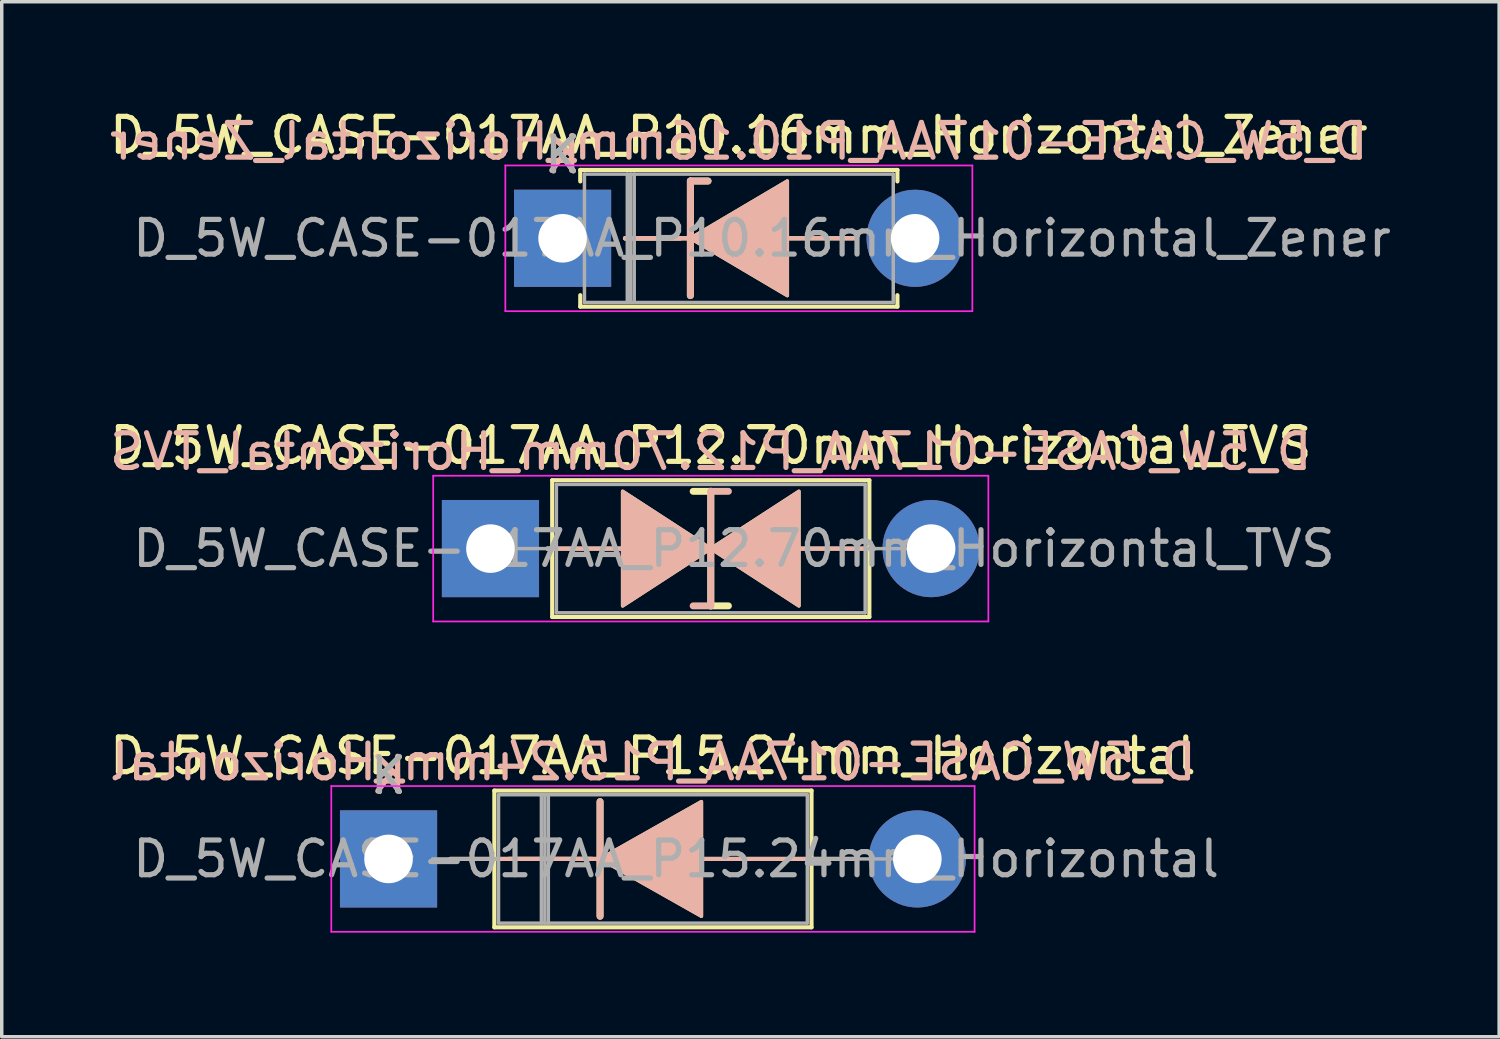
<source format=kicad_pcb>
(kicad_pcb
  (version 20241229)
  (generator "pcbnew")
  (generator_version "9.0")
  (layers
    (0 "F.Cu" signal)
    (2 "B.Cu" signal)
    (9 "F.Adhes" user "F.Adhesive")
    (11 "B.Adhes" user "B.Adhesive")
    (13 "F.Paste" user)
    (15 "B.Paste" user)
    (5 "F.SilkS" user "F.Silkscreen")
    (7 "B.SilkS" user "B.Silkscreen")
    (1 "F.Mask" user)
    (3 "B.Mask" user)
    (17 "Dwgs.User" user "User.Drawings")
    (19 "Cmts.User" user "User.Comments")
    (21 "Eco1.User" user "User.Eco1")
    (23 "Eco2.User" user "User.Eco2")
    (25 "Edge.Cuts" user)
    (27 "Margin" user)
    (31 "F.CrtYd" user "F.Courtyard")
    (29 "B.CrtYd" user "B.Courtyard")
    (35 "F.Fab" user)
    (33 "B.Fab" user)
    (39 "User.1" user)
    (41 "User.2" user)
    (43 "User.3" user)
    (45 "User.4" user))
  (footprint "D_5W_CASE-017AA_P10.16mm_Horizontal_Zener"
    (layer "F.Cu")
    (at 13.164 3.818)
    (property "Reference" "D_5W_CASE-017AA_P10.16mm_Horizontal_Zener" (at 5.08 -2.97 0) (layer "F.SilkS") (effects (font (size 1 1) (thickness 0.15))))
    (fp_line (start 0.51 -1.97) (end 9.65 -1.97) (stroke (width 0.12) (type solid)) (layer "F.SilkS"))
    (fp_line (start 0.51 -1.64) (end 0.51 -1.97) (stroke (width 0.12) (type solid)) (layer "F.SilkS"))
    (fp_line (start 0.51 1.64) (end 0.51 1.97) (stroke (width 0.12) (type solid)) (layer "F.SilkS"))
    (fp_line (start 0.51 1.97) (end 9.65 1.97) (stroke (width 0.12) (type solid)) (layer "F.SilkS"))
    (fp_line (start 1.8 0) (end 3.4 0) (stroke (width 0.12) (type solid)) (layer "F.SilkS"))
    (fp_line (start 3.683 -1.651) (end 3.683 1.651) (stroke (width 0.2) (type solid)) (layer "F.SilkS"))
    (fp_line (start 3.683 -1.651) (end 4.191 -1.651) (stroke (width 0.2) (type solid)) (layer "F.SilkS"))
    (fp_line (start 3.683 0) (end 1.8 0) (stroke (width 0.12) (type solid)) (layer "F.SilkS"))
    (fp_line (start 8.4 0) (end 6.35 0) (stroke (width 0.12) (type solid)) (layer "F.SilkS"))
    (fp_line (start 9.65 -1.97) (end 9.65 -1.64) (stroke (width 0.12) (type solid)) (layer "F.SilkS"))
    (fp_line (start 9.65 1.97) (end 9.65 1.64) (stroke (width 0.12) (type solid)) (layer "F.SilkS"))
    (fp_poly (pts (xy 6.477 1.651) (xy 3.683 0) (xy 6.477 -1.651)) (stroke (width 0.1) (type solid)) (fill yes) (layer "F.SilkS"))
    (fp_line (start 1.8 0) (end 3.4 0) (stroke (width 0.12) (type solid)) (layer "B.SilkS"))
    (fp_line (start 3.683 -1.651) (end 4.191 -1.651) (stroke (width 0.2) (type solid)) (layer "B.SilkS"))
    (fp_line (start 3.683 0) (end 1.8 0) (stroke (width 0.12) (type solid)) (layer "B.SilkS"))
    (fp_line (start 3.683 1.651) (end 3.683 -1.651) (stroke (width 0.2) (type solid)) (layer "B.SilkS"))
    (fp_line (start 8.4 0) (end 6.35 0) (stroke (width 0.12) (type solid)) (layer "B.SilkS"))
    (fp_poly (pts (xy 6.477 -1.651) (xy 3.683 0) (xy 6.477 1.651)) (stroke (width 0.1) (type solid)) (fill yes) (layer "B.SilkS"))
    (fp_line (start -1.65 -2.1) (end -1.65 2.1) (stroke (width 0.05) (type solid)) (layer "F.CrtYd"))
    (fp_line (start -1.65 2.1) (end 11.81 2.1) (stroke (width 0.05) (type solid)) (layer "F.CrtYd"))
    (fp_line (start 11.81 -2.1) (end -1.65 -2.1) (stroke (width 0.05) (type solid)) (layer "F.CrtYd"))
    (fp_line (start 11.81 2.1) (end 11.81 -2.1) (stroke (width 0.05) (type solid)) (layer "F.CrtYd"))
    (fp_line (start 0 0) (end 0.63 0) (stroke (width 0.1) (type solid)) (layer "F.Fab"))
    (fp_line (start 0.63 -1.85) (end 0.63 1.85) (stroke (width 0.1) (type solid)) (layer "F.Fab"))
    (fp_line (start 0.63 1.85) (end 9.53 1.85) (stroke (width 0.1) (type solid)) (layer "F.Fab"))
    (fp_line (start 1.865 -1.85) (end 1.865 1.85) (stroke (width 0.1) (type solid)) (layer "F.Fab"))
    (fp_line (start 1.965 -1.85) (end 1.965 1.85) (stroke (width 0.1) (type solid)) (layer "F.Fab"))
    (fp_line (start 2.065 -1.85) (end 2.065 1.85) (stroke (width 0.1) (type solid)) (layer "F.Fab"))
    (fp_line (start 9.53 -1.85) (end 0.63 -1.85) (stroke (width 0.1) (type solid)) (layer "F.Fab"))
    (fp_line (start 9.53 1.85) (end 9.53 -1.85) (stroke (width 0.1) (type solid)) (layer "F.Fab"))
    (fp_line (start 10.16 0) (end 9.53 0) (stroke (width 0.1) (type solid)) (layer "F.Fab"))
    (fp_text user "K" (at 0 -2.4 0) (layer "F.SilkS") (effects (font (size 1 1) (thickness 0.15))))
    (fp_text user "${REFERENCE}" (at 5.08 -2.794 0) (layer "B.SilkS") (effects (font (size 1 1) (thickness 0.15)) (justify mirror)))
    (fp_text user "K" (at 0 -2.413 0) (layer "B.SilkS") (effects (font (size 1 1) (thickness 0.15)) (justify mirror)))
    (fp_text user "K" (at 0 -2.4 0) (layer "F.Fab") (effects (font (size 1 1) (thickness 0.15))))
    (fp_text user "${REFERENCE}" (at 5.747 0 0) (layer "F.Fab") (effects (font (size 1 1) (thickness 0.15))))
    (pad "1" thru_hole rect (at 0 0) (size 2.8 2.8) (drill 1.4) (layers "*.Cu" "*.Mask"))
    (pad "2" thru_hole oval (at 10.16 0) (size 2.8 2.8) (drill 1.4) (layers "*.Cu" "*.Mask")))
  (footprint "D_5W_CASE-017AA_P12.70mm_Horizontal_TVS"
    (layer "F.Cu")
    (at 11.085 12.761)
    (property "Reference" "D_5W_CASE-017AA_P12.70mm_Horizontal_TVS" (at 6.35 -2.97 0) (layer "F.SilkS") (effects (font (size 1 1) (thickness 0.15))))
    (fp_line (start 1.64 0) (end 1.78 0) (stroke (width 0.12) (type solid)) (layer "F.SilkS"))
    (fp_line (start 1.778 0) (end 3.81 0) (stroke (width 0.12) (type solid)) (layer "F.SilkS"))
    (fp_line (start 1.78 -1.97) (end 1.78 1.97) (stroke (width 0.12) (type solid)) (layer "F.SilkS"))
    (fp_line (start 1.78 1.97) (end 10.92 1.97) (stroke (width 0.12) (type solid)) (layer "F.SilkS"))
    (fp_line (start 6.35 -1.651) (end 5.842 -1.651) (stroke (width 0.2) (type solid)) (layer "F.SilkS"))
    (fp_line (start 6.35 1.651) (end 6.35 -1.651) (stroke (width 0.2) (type solid)) (layer "F.SilkS"))
    (fp_line (start 6.858 1.651) (end 6.35 1.651) (stroke (width 0.2) (type solid)) (layer "F.SilkS"))
    (fp_line (start 10.92 -1.97) (end 1.78 -1.97) (stroke (width 0.12) (type solid)) (layer "F.SilkS"))
    (fp_line (start 10.92 0) (end 8.89 0) (stroke (width 0.12) (type solid)) (layer "F.SilkS"))
    (fp_line (start 10.92 1.97) (end 10.92 -1.97) (stroke (width 0.12) (type solid)) (layer "F.SilkS"))
    (fp_line (start 11.06 0) (end 10.92 0) (stroke (width 0.12) (type solid)) (layer "F.SilkS"))
    (fp_poly (pts (xy 6.35 0) (xy 3.81 1.651) (xy 3.81 -1.651)) (stroke (width 0.1) (type solid)) (fill yes) (layer "F.SilkS"))
    (fp_poly (pts (xy 6.35 0) (xy 8.89 -1.651) (xy 8.89 1.651)) (stroke (width 0.1) (type solid)) (fill yes) (layer "F.SilkS"))
    (fp_line (start 1.64 0) (end 1.78 0) (stroke (width 0.12) (type solid)) (layer "B.SilkS"))
    (fp_line (start 1.778 0) (end 3.81 0) (stroke (width 0.12) (type solid)) (layer "B.SilkS"))
    (fp_line (start 6.35 -1.651) (end 6.35 1.651) (stroke (width 0.2) (type solid)) (layer "B.SilkS"))
    (fp_line (start 6.35 1.651) (end 5.842 1.651) (stroke (width 0.2) (type solid)) (layer "B.SilkS"))
    (fp_line (start 6.858 -1.651) (end 6.35 -1.651) (stroke (width 0.2) (type solid)) (layer "B.SilkS"))
    (fp_line (start 10.92 0) (end 8.89 0) (stroke (width 0.12) (type solid)) (layer "B.SilkS"))
    (fp_line (start 11.06 0) (end 10.92 0) (stroke (width 0.12) (type solid)) (layer "B.SilkS"))
    (fp_poly (pts (xy 6.35 0) (xy 3.81 -1.651) (xy 3.81 1.651)) (stroke (width 0.1) (type solid)) (fill yes) (layer "B.SilkS"))
    (fp_poly (pts (xy 6.35 0) (xy 8.89 1.651) (xy 8.89 -1.651)) (stroke (width 0.1) (type solid)) (fill yes) (layer "B.SilkS"))
    (fp_line (start -1.65 -2.1) (end -1.65 2.1) (stroke (width 0.05) (type solid)) (layer "F.CrtYd"))
    (fp_line (start -1.65 2.1) (end 14.35 2.1) (stroke (width 0.05) (type solid)) (layer "F.CrtYd"))
    (fp_line (start 14.35 -2.1) (end -1.65 -2.1) (stroke (width 0.05) (type solid)) (layer "F.CrtYd"))
    (fp_line (start 14.35 2.1) (end 14.35 -2.1) (stroke (width 0.05) (type solid)) (layer "F.CrtYd"))
    (fp_line (start 0 0) (end 1.9 0) (stroke (width 0.1) (type solid)) (layer "F.Fab"))
    (fp_line (start 1.9 -1.85) (end 1.9 1.85) (stroke (width 0.1) (type solid)) (layer "F.Fab"))
    (fp_line (start 1.9 1.85) (end 10.8 1.85) (stroke (width 0.1) (type solid)) (layer "F.Fab"))
    (fp_line (start 10.8 -1.85) (end 1.9 -1.85) (stroke (width 0.1) (type solid)) (layer "F.Fab"))
    (fp_line (start 10.8 1.85) (end 10.8 -1.85) (stroke (width 0.1) (type solid)) (layer "F.Fab"))
    (fp_line (start 12.7 0) (end 10.8 0) (stroke (width 0.1) (type solid)) (layer "F.Fab"))
    (fp_text user "${REFERENCE}" (at 6.35 -2.794 0) (layer "B.SilkS") (effects (font (size 1 1) (thickness 0.15)) (justify mirror)))
    (fp_text user "${REFERENCE}" (at 7.018 0 0) (layer "F.Fab") (effects (font (size 1 1) (thickness 0.15))))
    (pad "1" thru_hole rect (at 0 0) (size 2.8 2.8) (drill 1.4) (layers "*.Cu" "*.Mask"))
    (pad "2" thru_hole oval (at 12.7 0) (size 2.8 2.8) (drill 1.4) (layers "*.Cu" "*.Mask")))
  (footprint "D_5W_CASE-017AA_P15.24mm_Horizontal"
    (layer "F.Cu")
    (at 8.148 21.705)
    (property "Reference" "D_5W_CASE-017AA_P15.24mm_Horizontal" (at 7.62 -2.97 0) (layer "F.SilkS") (effects (font (size 1 1) (thickness 0.15))))
    (fp_line (start 1.778 0) (end 6.096 0) (stroke (width 0.12) (type solid)) (layer "F.SilkS"))
    (fp_line (start 3.05 -1.97) (end 3.05 1.97) (stroke (width 0.12) (type solid)) (layer "F.SilkS"))
    (fp_line (start 3.05 1.97) (end 12.19 1.97) (stroke (width 0.12) (type solid)) (layer "F.SilkS"))
    (fp_line (start 5.87 0) (end 3.47 0) (stroke (width 0.12) (type solid)) (layer "F.SilkS"))
    (fp_line (start 6.096 -1.651) (end 6.096 1.651) (stroke (width 0.2) (type solid)) (layer "F.SilkS"))
    (fp_line (start 12.19 -1.97) (end 3.05 -1.97) (stroke (width 0.12) (type solid)) (layer "F.SilkS"))
    (fp_line (start 12.19 1.97) (end 12.19 -1.97) (stroke (width 0.12) (type solid)) (layer "F.SilkS"))
    (fp_line (start 13.462 0) (end 8.89 0) (stroke (width 0.12) (type solid)) (layer "F.SilkS"))
    (fp_poly (pts (xy 9.017 1.651) (xy 6.096 0) (xy 9.017 -1.651)) (stroke (width 0.1) (type solid)) (fill yes) (layer "F.SilkS"))
    (fp_line (start 1.778 0) (end 6.096 0) (stroke (width 0.12) (type solid)) (layer "B.SilkS"))
    (fp_line (start 5.87 0) (end 3.47 0) (stroke (width 0.12) (type solid)) (layer "B.SilkS"))
    (fp_line (start 6.096 1.651) (end 6.096 -1.651) (stroke (width 0.2) (type solid)) (layer "B.SilkS"))
    (fp_line (start 13.462 0) (end 8.89 0) (stroke (width 0.12) (type solid)) (layer "B.SilkS"))
    (fp_poly (pts (xy 9.017 -1.651) (xy 6.096 0) (xy 9.017 1.651)) (stroke (width 0.1) (type solid)) (fill yes) (layer "B.SilkS"))
    (fp_line (start -1.65 -2.1) (end -1.65 2.1) (stroke (width 0.05) (type solid)) (layer "F.CrtYd"))
    (fp_line (start -1.65 2.1) (end 16.89 2.1) (stroke (width 0.05) (type solid)) (layer "F.CrtYd"))
    (fp_line (start 16.89 -2.1) (end -1.65 -2.1) (stroke (width 0.05) (type solid)) (layer "F.CrtYd"))
    (fp_line (start 16.89 2.1) (end 16.89 -2.1) (stroke (width 0.05) (type solid)) (layer "F.CrtYd"))
    (fp_line (start 1.27 0) (end 3.17 0) (stroke (width 0.1) (type solid)) (layer "F.Fab"))
    (fp_line (start 3.17 -1.85) (end 3.17 1.85) (stroke (width 0.1) (type solid)) (layer "F.Fab"))
    (fp_line (start 3.17 1.85) (end 12.07 1.85) (stroke (width 0.1) (type solid)) (layer "F.Fab"))
    (fp_line (start 4.405 -1.85) (end 4.405 1.85) (stroke (width 0.1) (type solid)) (layer "F.Fab"))
    (fp_line (start 4.505 -1.85) (end 4.505 1.85) (stroke (width 0.1) (type solid)) (layer "F.Fab"))
    (fp_line (start 4.605 -1.85) (end 4.605 1.85) (stroke (width 0.1) (type solid)) (layer "F.Fab"))
    (fp_line (start 12.07 -1.85) (end 3.17 -1.85) (stroke (width 0.1) (type solid)) (layer "F.Fab"))
    (fp_line (start 12.07 1.85) (end 12.07 -1.85) (stroke (width 0.1) (type solid)) (layer "F.Fab"))
    (fp_line (start 15.24 0) (end 12.07 0) (stroke (width 0.1) (type solid)) (layer "F.Fab"))
    (fp_text user "K" (at 0 -2.4 0) (layer "F.SilkS") (effects (font (size 1 1) (thickness 0.15))))
    (fp_text user "K" (at 0 -2.413 0) (layer "B.SilkS") (effects (font (size 1 1) (thickness 0.15)) (justify mirror)))
    (fp_text user "${REFERENCE}" (at 7.62 -2.794 0) (layer "B.SilkS") (effects (font (size 1 1) (thickness 0.15)) (justify mirror)))
    (fp_text user "K" (at 0 -2.4 0) (layer "F.Fab") (effects (font (size 1 1) (thickness 0.15))))
    (fp_text user "${REFERENCE}" (at 8.287 0 0) (layer "F.Fab") (effects (font (size 1 1) (thickness 0.15))))
    (pad "1" thru_hole rect (at 0 0) (size 2.8 2.8) (drill 1.4) (layers "*.Cu" "*.Mask"))
    (pad "2" thru_hole oval (at 15.24 0) (size 2.8 2.8) (drill 1.4) (layers "*.Cu" "*.Mask")))
  (gr_rect
    (start -3 -3)
    (end 40.156 26.83)
    (stroke (width 0.1) (type default))
    (fill no)
    (layer "Edge.Cuts")))
</source>
